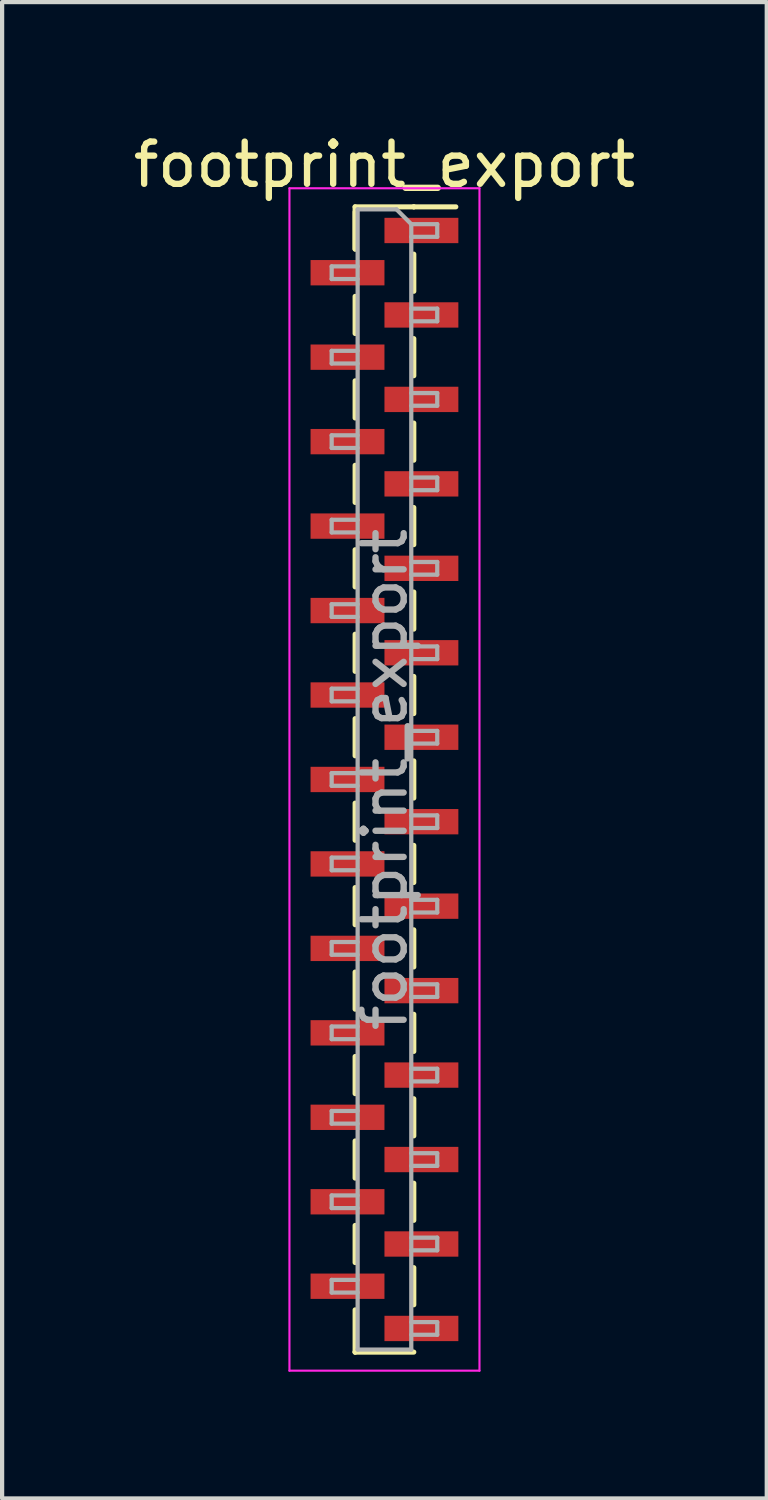
<source format=kicad_pcb>
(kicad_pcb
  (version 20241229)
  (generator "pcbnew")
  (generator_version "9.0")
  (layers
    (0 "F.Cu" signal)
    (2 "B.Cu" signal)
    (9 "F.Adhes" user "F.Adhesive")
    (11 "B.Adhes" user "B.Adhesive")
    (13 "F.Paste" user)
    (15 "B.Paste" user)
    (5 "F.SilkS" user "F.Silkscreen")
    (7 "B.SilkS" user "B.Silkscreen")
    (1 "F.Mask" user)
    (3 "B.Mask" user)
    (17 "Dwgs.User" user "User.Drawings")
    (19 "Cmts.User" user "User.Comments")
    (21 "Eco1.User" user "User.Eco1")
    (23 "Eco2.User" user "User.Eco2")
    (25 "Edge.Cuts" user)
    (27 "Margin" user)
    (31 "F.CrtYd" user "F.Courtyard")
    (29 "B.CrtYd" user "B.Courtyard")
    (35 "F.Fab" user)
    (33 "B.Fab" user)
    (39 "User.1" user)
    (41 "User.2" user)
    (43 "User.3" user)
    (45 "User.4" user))
  (footprint "footprint_export"
    (layer "F.Cu")
    (at 6.054 15.408)
    (property "Reference" "footprint_export" (at 0 -14.56 0) (layer "F.SilkS") (effects (font (size 1 1) (thickness 0.15))))
    (attr smd)
    (fp_line (start -0.695 -13.56) (end -0.695 -12.56) (stroke (width 0.12) (type solid)) (layer "F.SilkS"))
    (fp_line (start -0.695 -13.56) (end 0.695 -13.56) (stroke (width 0.12) (type solid)) (layer "F.SilkS"))
    (fp_line (start -0.695 -13.44) (end -0.695 -12.56) (stroke (width 0.12) (type solid)) (layer "F.SilkS"))
    (fp_line (start -0.695 -11.44) (end -0.695 -10.56) (stroke (width 0.12) (type solid)) (layer "F.SilkS"))
    (fp_line (start -0.695 -9.44) (end -0.695 -8.56) (stroke (width 0.12) (type solid)) (layer "F.SilkS"))
    (fp_line (start -0.695 -7.44) (end -0.695 -6.56) (stroke (width 0.12) (type solid)) (layer "F.SilkS"))
    (fp_line (start -0.695 -5.44) (end -0.695 -4.56) (stroke (width 0.12) (type solid)) (layer "F.SilkS"))
    (fp_line (start -0.695 -3.44) (end -0.695 -2.56) (stroke (width 0.12) (type solid)) (layer "F.SilkS"))
    (fp_line (start -0.695 -1.44) (end -0.695 -0.56) (stroke (width 0.12) (type solid)) (layer "F.SilkS"))
    (fp_line (start -0.695 0.56) (end -0.695 1.44) (stroke (width 0.12) (type solid)) (layer "F.SilkS"))
    (fp_line (start -0.695 2.56) (end -0.695 3.44) (stroke (width 0.12) (type solid)) (layer "F.SilkS"))
    (fp_line (start -0.695 4.56) (end -0.695 5.44) (stroke (width 0.12) (type solid)) (layer "F.SilkS"))
    (fp_line (start -0.695 6.56) (end -0.695 7.44) (stroke (width 0.12) (type solid)) (layer "F.SilkS"))
    (fp_line (start -0.695 8.56) (end -0.695 9.44) (stroke (width 0.12) (type solid)) (layer "F.SilkS"))
    (fp_line (start -0.695 10.56) (end -0.695 11.44) (stroke (width 0.12) (type solid)) (layer "F.SilkS"))
    (fp_line (start -0.695 12.56) (end -0.695 13.56) (stroke (width 0.12) (type solid)) (layer "F.SilkS"))
    (fp_line (start -0.695 13.56) (end -0.695 13.56) (stroke (width 0.12) (type solid)) (layer "F.SilkS"))
    (fp_line (start -0.695 13.56) (end 0.695 13.56) (stroke (width 0.12) (type solid)) (layer "F.SilkS"))
    (fp_line (start 0.695 -13.56) (end 0.695 -13.56) (stroke (width 0.12) (type solid)) (layer "F.SilkS"))
    (fp_line (start 0.695 -13.56) (end 1.69 -13.56) (stroke (width 0.12) (type solid)) (layer "F.SilkS"))
    (fp_line (start 0.695 -12.44) (end 0.695 -11.56) (stroke (width 0.12) (type solid)) (layer "F.SilkS"))
    (fp_line (start 0.695 -10.44) (end 0.695 -9.56) (stroke (width 0.12) (type solid)) (layer "F.SilkS"))
    (fp_line (start 0.695 -8.44) (end 0.695 -7.56) (stroke (width 0.12) (type solid)) (layer "F.SilkS"))
    (fp_line (start 0.695 -6.44) (end 0.695 -5.56) (stroke (width 0.12) (type solid)) (layer "F.SilkS"))
    (fp_line (start 0.695 -4.44) (end 0.695 -3.56) (stroke (width 0.12) (type solid)) (layer "F.SilkS"))
    (fp_line (start 0.695 -2.44) (end 0.695 -1.56) (stroke (width 0.12) (type solid)) (layer "F.SilkS"))
    (fp_line (start 0.695 -0.44) (end 0.695 0.44) (stroke (width 0.12) (type solid)) (layer "F.SilkS"))
    (fp_line (start 0.695 1.56) (end 0.695 2.44) (stroke (width 0.12) (type solid)) (layer "F.SilkS"))
    (fp_line (start 0.695 3.56) (end 0.695 4.44) (stroke (width 0.12) (type solid)) (layer "F.SilkS"))
    (fp_line (start 0.695 5.56) (end 0.695 6.44) (stroke (width 0.12) (type solid)) (layer "F.SilkS"))
    (fp_line (start 0.695 7.56) (end 0.695 8.44) (stroke (width 0.12) (type solid)) (layer "F.SilkS"))
    (fp_line (start 0.695 9.56) (end 0.695 10.44) (stroke (width 0.12) (type solid)) (layer "F.SilkS"))
    (fp_line (start 0.695 11.56) (end 0.695 12.44) (stroke (width 0.12) (type solid)) (layer "F.SilkS"))
    (fp_line (start -2.25 -14) (end -2.25 14) (stroke (width 0.05) (type solid)) (layer "F.CrtYd"))
    (fp_line (start -2.25 14) (end 2.25 14) (stroke (width 0.05) (type solid)) (layer "F.CrtYd"))
    (fp_line (start 2.25 -14) (end -2.25 -14) (stroke (width 0.05) (type solid)) (layer "F.CrtYd"))
    (fp_line (start 2.25 14) (end 2.25 -14) (stroke (width 0.05) (type solid)) (layer "F.CrtYd"))
    (fp_line (start -1.25 -12.15) (end -1.25 -11.85) (stroke (width 0.1) (type solid)) (layer "F.Fab"))
    (fp_line (start -1.25 -11.85) (end -0.635 -11.85) (stroke (width 0.1) (type solid)) (layer "F.Fab"))
    (fp_line (start -1.25 -10.15) (end -1.25 -9.85) (stroke (width 0.1) (type solid)) (layer "F.Fab"))
    (fp_line (start -1.25 -9.85) (end -0.635 -9.85) (stroke (width 0.1) (type solid)) (layer "F.Fab"))
    (fp_line (start -1.25 -8.15) (end -1.25 -7.85) (stroke (width 0.1) (type solid)) (layer "F.Fab"))
    (fp_line (start -1.25 -7.85) (end -0.635 -7.85) (stroke (width 0.1) (type solid)) (layer "F.Fab"))
    (fp_line (start -1.25 -6.15) (end -1.25 -5.85) (stroke (width 0.1) (type solid)) (layer "F.Fab"))
    (fp_line (start -1.25 -5.85) (end -0.635 -5.85) (stroke (width 0.1) (type solid)) (layer "F.Fab"))
    (fp_line (start -1.25 -4.15) (end -1.25 -3.85) (stroke (width 0.1) (type solid)) (layer "F.Fab"))
    (fp_line (start -1.25 -3.85) (end -0.635 -3.85) (stroke (width 0.1) (type solid)) (layer "F.Fab"))
    (fp_line (start -1.25 -2.15) (end -1.25 -1.85) (stroke (width 0.1) (type solid)) (layer "F.Fab"))
    (fp_line (start -1.25 -1.85) (end -0.635 -1.85) (stroke (width 0.1) (type solid)) (layer "F.Fab"))
    (fp_line (start -1.25 -0.15) (end -1.25 0.15) (stroke (width 0.1) (type solid)) (layer "F.Fab"))
    (fp_line (start -1.25 0.15) (end -0.635 0.15) (stroke (width 0.1) (type solid)) (layer "F.Fab"))
    (fp_line (start -1.25 1.85) (end -1.25 2.15) (stroke (width 0.1) (type solid)) (layer "F.Fab"))
    (fp_line (start -1.25 2.15) (end -0.635 2.15) (stroke (width 0.1) (type solid)) (layer "F.Fab"))
    (fp_line (start -1.25 3.85) (end -1.25 4.15) (stroke (width 0.1) (type solid)) (layer "F.Fab"))
    (fp_line (start -1.25 4.15) (end -0.635 4.15) (stroke (width 0.1) (type solid)) (layer "F.Fab"))
    (fp_line (start -1.25 5.85) (end -1.25 6.15) (stroke (width 0.1) (type solid)) (layer "F.Fab"))
    (fp_line (start -1.25 6.15) (end -0.635 6.15) (stroke (width 0.1) (type solid)) (layer "F.Fab"))
    (fp_line (start -1.25 7.85) (end -1.25 8.15) (stroke (width 0.1) (type solid)) (layer "F.Fab"))
    (fp_line (start -1.25 8.15) (end -0.635 8.15) (stroke (width 0.1) (type solid)) (layer "F.Fab"))
    (fp_line (start -1.25 9.85) (end -1.25 10.15) (stroke (width 0.1) (type solid)) (layer "F.Fab"))
    (fp_line (start -1.25 10.15) (end -0.635 10.15) (stroke (width 0.1) (type solid)) (layer "F.Fab"))
    (fp_line (start -1.25 11.85) (end -1.25 12.15) (stroke (width 0.1) (type solid)) (layer "F.Fab"))
    (fp_line (start -1.25 12.15) (end -0.635 12.15) (stroke (width 0.1) (type solid)) (layer "F.Fab"))
    (fp_line (start -0.635 -13.5) (end -0.635 13.5) (stroke (width 0.1) (type solid)) (layer "F.Fab"))
    (fp_line (start -0.635 -13.5) (end 0.285 -13.5) (stroke (width 0.1) (type solid)) (layer "F.Fab"))
    (fp_line (start -0.635 -12.15) (end -1.25 -12.15) (stroke (width 0.1) (type solid)) (layer "F.Fab"))
    (fp_line (start -0.635 -10.15) (end -1.25 -10.15) (stroke (width 0.1) (type solid)) (layer "F.Fab"))
    (fp_line (start -0.635 -8.15) (end -1.25 -8.15) (stroke (width 0.1) (type solid)) (layer "F.Fab"))
    (fp_line (start -0.635 -6.15) (end -1.25 -6.15) (stroke (width 0.1) (type solid)) (layer "F.Fab"))
    (fp_line (start -0.635 -4.15) (end -1.25 -4.15) (stroke (width 0.1) (type solid)) (layer "F.Fab"))
    (fp_line (start -0.635 -2.15) (end -1.25 -2.15) (stroke (width 0.1) (type solid)) (layer "F.Fab"))
    (fp_line (start -0.635 -0.15) (end -1.25 -0.15) (stroke (width 0.1) (type solid)) (layer "F.Fab"))
    (fp_line (start -0.635 1.85) (end -1.25 1.85) (stroke (width 0.1) (type solid)) (layer "F.Fab"))
    (fp_line (start -0.635 3.85) (end -1.25 3.85) (stroke (width 0.1) (type solid)) (layer "F.Fab"))
    (fp_line (start -0.635 5.85) (end -1.25 5.85) (stroke (width 0.1) (type solid)) (layer "F.Fab"))
    (fp_line (start -0.635 7.85) (end -1.25 7.85) (stroke (width 0.1) (type solid)) (layer "F.Fab"))
    (fp_line (start -0.635 9.85) (end -1.25 9.85) (stroke (width 0.1) (type solid)) (layer "F.Fab"))
    (fp_line (start -0.635 11.85) (end -1.25 11.85) (stroke (width 0.1) (type solid)) (layer "F.Fab"))
    (fp_line (start 0.635 -13.15) (end 0.285 -13.5) (stroke (width 0.1) (type solid)) (layer "F.Fab"))
    (fp_line (start 0.635 -13.15) (end 1.25 -13.15) (stroke (width 0.1) (type solid)) (layer "F.Fab"))
    (fp_line (start 0.635 -11.15) (end 1.25 -11.15) (stroke (width 0.1) (type solid)) (layer "F.Fab"))
    (fp_line (start 0.635 -9.15) (end 1.25 -9.15) (stroke (width 0.1) (type solid)) (layer "F.Fab"))
    (fp_line (start 0.635 -7.15) (end 1.25 -7.15) (stroke (width 0.1) (type solid)) (layer "F.Fab"))
    (fp_line (start 0.635 -5.15) (end 1.25 -5.15) (stroke (width 0.1) (type solid)) (layer "F.Fab"))
    (fp_line (start 0.635 -3.15) (end 1.25 -3.15) (stroke (width 0.1) (type solid)) (layer "F.Fab"))
    (fp_line (start 0.635 -1.15) (end 1.25 -1.15) (stroke (width 0.1) (type solid)) (layer "F.Fab"))
    (fp_line (start 0.635 0.85) (end 1.25 0.85) (stroke (width 0.1) (type solid)) (layer "F.Fab"))
    (fp_line (start 0.635 2.85) (end 1.25 2.85) (stroke (width 0.1) (type solid)) (layer "F.Fab"))
    (fp_line (start 0.635 4.85) (end 1.25 4.85) (stroke (width 0.1) (type solid)) (layer "F.Fab"))
    (fp_line (start 0.635 6.85) (end 1.25 6.85) (stroke (width 0.1) (type solid)) (layer "F.Fab"))
    (fp_line (start 0.635 8.85) (end 1.25 8.85) (stroke (width 0.1) (type solid)) (layer "F.Fab"))
    (fp_line (start 0.635 10.85) (end 1.25 10.85) (stroke (width 0.1) (type solid)) (layer "F.Fab"))
    (fp_line (start 0.635 12.85) (end 1.25 12.85) (stroke (width 0.1) (type solid)) (layer "F.Fab"))
    (fp_line (start 0.635 13.5) (end -0.635 13.5) (stroke (width 0.1) (type solid)) (layer "F.Fab"))
    (fp_line (start 0.635 13.5) (end 0.635 -13.15) (stroke (width 0.1) (type solid)) (layer "F.Fab"))
    (fp_line (start 1.25 -13.15) (end 1.25 -12.85) (stroke (width 0.1) (type solid)) (layer "F.Fab"))
    (fp_line (start 1.25 -12.85) (end 0.635 -12.85) (stroke (width 0.1) (type solid)) (layer "F.Fab"))
    (fp_line (start 1.25 -11.15) (end 1.25 -10.85) (stroke (width 0.1) (type solid)) (layer "F.Fab"))
    (fp_line (start 1.25 -10.85) (end 0.635 -10.85) (stroke (width 0.1) (type solid)) (layer "F.Fab"))
    (fp_line (start 1.25 -9.15) (end 1.25 -8.85) (stroke (width 0.1) (type solid)) (layer "F.Fab"))
    (fp_line (start 1.25 -8.85) (end 0.635 -8.85) (stroke (width 0.1) (type solid)) (layer "F.Fab"))
    (fp_line (start 1.25 -7.15) (end 1.25 -6.85) (stroke (width 0.1) (type solid)) (layer "F.Fab"))
    (fp_line (start 1.25 -6.85) (end 0.635 -6.85) (stroke (width 0.1) (type solid)) (layer "F.Fab"))
    (fp_line (start 1.25 -5.15) (end 1.25 -4.85) (stroke (width 0.1) (type solid)) (layer "F.Fab"))
    (fp_line (start 1.25 -4.85) (end 0.635 -4.85) (stroke (width 0.1) (type solid)) (layer "F.Fab"))
    (fp_line (start 1.25 -3.15) (end 1.25 -2.85) (stroke (width 0.1) (type solid)) (layer "F.Fab"))
    (fp_line (start 1.25 -2.85) (end 0.635 -2.85) (stroke (width 0.1) (type solid)) (layer "F.Fab"))
    (fp_line (start 1.25 -1.15) (end 1.25 -0.85) (stroke (width 0.1) (type solid)) (layer "F.Fab"))
    (fp_line (start 1.25 -0.85) (end 0.635 -0.85) (stroke (width 0.1) (type solid)) (layer "F.Fab"))
    (fp_line (start 1.25 0.85) (end 1.25 1.15) (stroke (width 0.1) (type solid)) (layer "F.Fab"))
    (fp_line (start 1.25 1.15) (end 0.635 1.15) (stroke (width 0.1) (type solid)) (layer "F.Fab"))
    (fp_line (start 1.25 2.85) (end 1.25 3.15) (stroke (width 0.1) (type solid)) (layer "F.Fab"))
    (fp_line (start 1.25 3.15) (end 0.635 3.15) (stroke (width 0.1) (type solid)) (layer "F.Fab"))
    (fp_line (start 1.25 4.85) (end 1.25 5.15) (stroke (width 0.1) (type solid)) (layer "F.Fab"))
    (fp_line (start 1.25 5.15) (end 0.635 5.15) (stroke (width 0.1) (type solid)) (layer "F.Fab"))
    (fp_line (start 1.25 6.85) (end 1.25 7.15) (stroke (width 0.1) (type solid)) (layer "F.Fab"))
    (fp_line (start 1.25 7.15) (end 0.635 7.15) (stroke (width 0.1) (type solid)) (layer "F.Fab"))
    (fp_line (start 1.25 8.85) (end 1.25 9.15) (stroke (width 0.1) (type solid)) (layer "F.Fab"))
    (fp_line (start 1.25 9.15) (end 0.635 9.15) (stroke (width 0.1) (type solid)) (layer "F.Fab"))
    (fp_line (start 1.25 10.85) (end 1.25 11.15) (stroke (width 0.1) (type solid)) (layer "F.Fab"))
    (fp_line (start 1.25 11.15) (end 0.635 11.15) (stroke (width 0.1) (type solid)) (layer "F.Fab"))
    (fp_line (start 1.25 12.85) (end 1.25 13.15) (stroke (width 0.1) (type solid)) (layer "F.Fab"))
    (fp_line (start 1.25 13.15) (end 0.635 13.15) (stroke (width 0.1) (type solid)) (layer "F.Fab"))
    (fp_text user "${REFERENCE}" (at 0 0 90) (layer "F.Fab") (effects (font (size 1 1) (thickness 0.15))))
    (pad "1" smd rect (at 0.875 -13) (size 1.75 0.6) (layers "F.Cu" "F.Mask" "F.Paste"))
    (pad "2" smd rect (at -0.875 -12) (size 1.75 0.6) (layers "F.Cu" "F.Mask" "F.Paste"))
    (pad "3" smd rect (at 0.875 -11) (size 1.75 0.6) (layers "F.Cu" "F.Mask" "F.Paste"))
    (pad "4" smd rect (at -0.875 -10) (size 1.75 0.6) (layers "F.Cu" "F.Mask" "F.Paste"))
    (pad "5" smd rect (at 0.875 -9) (size 1.75 0.6) (layers "F.Cu" "F.Mask" "F.Paste"))
    (pad "6" smd rect (at -0.875 -8) (size 1.75 0.6) (layers "F.Cu" "F.Mask" "F.Paste"))
    (pad "7" smd rect (at 0.875 -7) (size 1.75 0.6) (layers "F.Cu" "F.Mask" "F.Paste"))
    (pad "8" smd rect (at -0.875 -6) (size 1.75 0.6) (layers "F.Cu" "F.Mask" "F.Paste"))
    (pad "9" smd rect (at 0.875 -5) (size 1.75 0.6) (layers "F.Cu" "F.Mask" "F.Paste"))
    (pad "10" smd rect (at -0.875 -4) (size 1.75 0.6) (layers "F.Cu" "F.Mask" "F.Paste"))
    (pad "11" smd rect (at 0.875 -3) (size 1.75 0.6) (layers "F.Cu" "F.Mask" "F.Paste"))
    (pad "12" smd rect (at -0.875 -2) (size 1.75 0.6) (layers "F.Cu" "F.Mask" "F.Paste"))
    (pad "13" smd rect (at 0.875 -1) (size 1.75 0.6) (layers "F.Cu" "F.Mask" "F.Paste"))
    (pad "14" smd rect (at -0.875 0) (size 1.75 0.6) (layers "F.Cu" "F.Mask" "F.Paste"))
    (pad "15" smd rect (at 0.875 1) (size 1.75 0.6) (layers "F.Cu" "F.Mask" "F.Paste"))
    (pad "16" smd rect (at -0.875 2) (size 1.75 0.6) (layers "F.Cu" "F.Mask" "F.Paste"))
    (pad "17" smd rect (at 0.875 3) (size 1.75 0.6) (layers "F.Cu" "F.Mask" "F.Paste"))
    (pad "18" smd rect (at -0.875 4) (size 1.75 0.6) (layers "F.Cu" "F.Mask" "F.Paste"))
    (pad "19" smd rect (at 0.875 5) (size 1.75 0.6) (layers "F.Cu" "F.Mask" "F.Paste"))
    (pad "20" smd rect (at -0.875 6) (size 1.75 0.6) (layers "F.Cu" "F.Mask" "F.Paste"))
    (pad "21" smd rect (at 0.875 7) (size 1.75 0.6) (layers "F.Cu" "F.Mask" "F.Paste"))
    (pad "22" smd rect (at -0.875 8) (size 1.75 0.6) (layers "F.Cu" "F.Mask" "F.Paste"))
    (pad "23" smd rect (at 0.875 9) (size 1.75 0.6) (layers "F.Cu" "F.Mask" "F.Paste"))
    (pad "24" smd rect (at -0.875 10) (size 1.75 0.6) (layers "F.Cu" "F.Mask" "F.Paste"))
    (pad "25" smd rect (at 0.875 11) (size 1.75 0.6) (layers "F.Cu" "F.Mask" "F.Paste"))
    (pad "26" smd rect (at -0.875 12) (size 1.75 0.6) (layers "F.Cu" "F.Mask" "F.Paste"))
    (pad "27" smd rect (at 0.875 13) (size 1.75 0.6) (layers "F.Cu" "F.Mask" "F.Paste")))
  (gr_rect
    (start -3 -3)
    (end 15.107 32.433)
    (stroke (width 0.1) (type default))
    (fill no)
    (layer "Edge.Cuts")))
</source>
